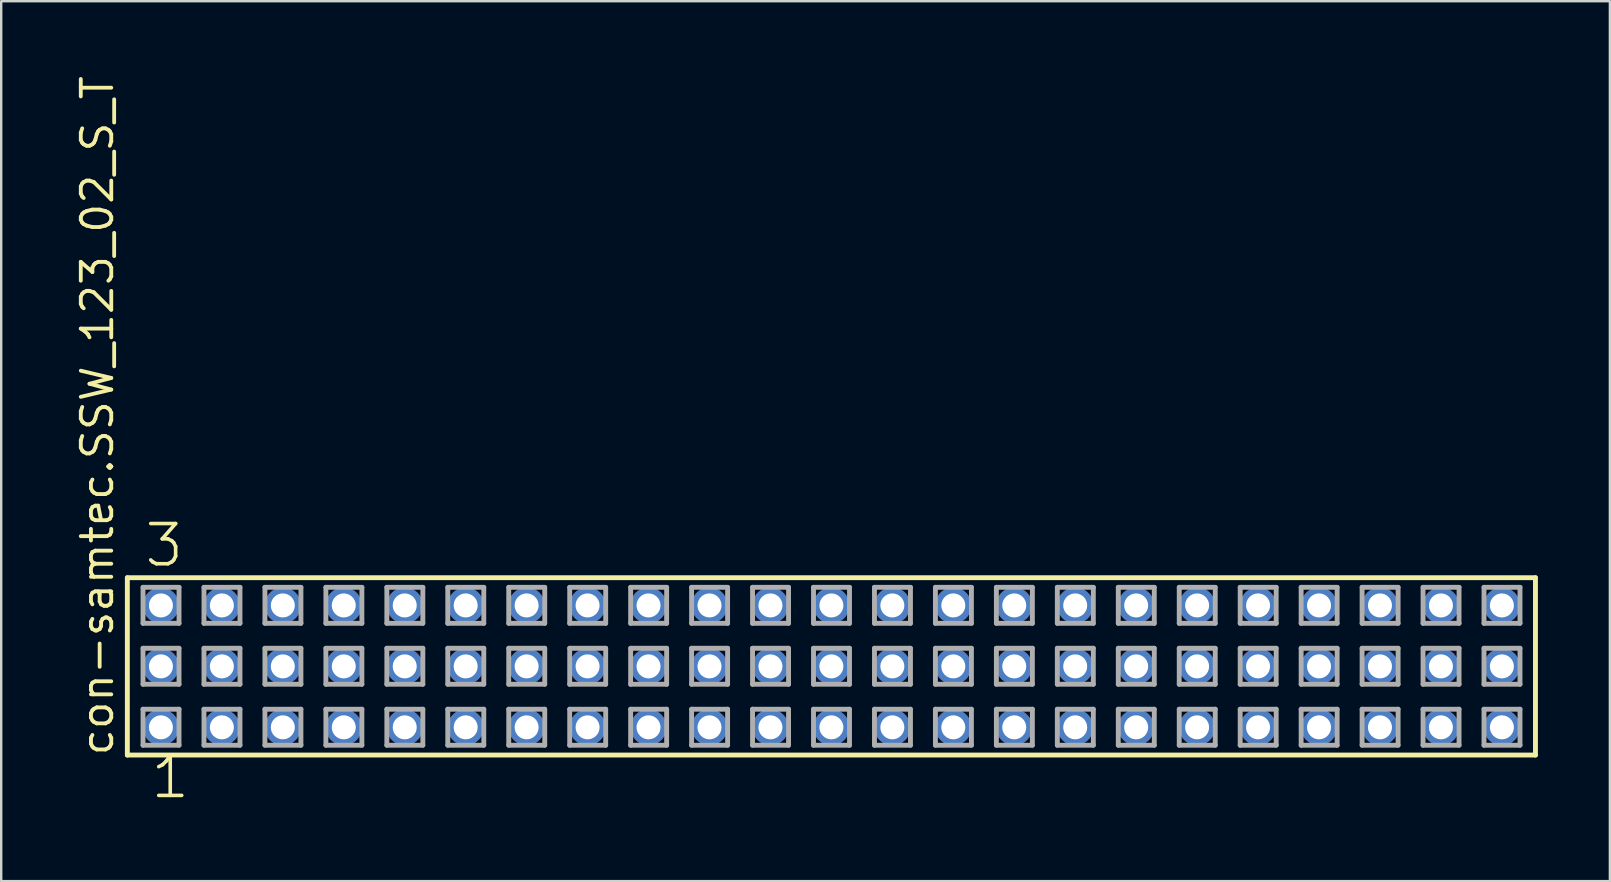
<source format=kicad_pcb>
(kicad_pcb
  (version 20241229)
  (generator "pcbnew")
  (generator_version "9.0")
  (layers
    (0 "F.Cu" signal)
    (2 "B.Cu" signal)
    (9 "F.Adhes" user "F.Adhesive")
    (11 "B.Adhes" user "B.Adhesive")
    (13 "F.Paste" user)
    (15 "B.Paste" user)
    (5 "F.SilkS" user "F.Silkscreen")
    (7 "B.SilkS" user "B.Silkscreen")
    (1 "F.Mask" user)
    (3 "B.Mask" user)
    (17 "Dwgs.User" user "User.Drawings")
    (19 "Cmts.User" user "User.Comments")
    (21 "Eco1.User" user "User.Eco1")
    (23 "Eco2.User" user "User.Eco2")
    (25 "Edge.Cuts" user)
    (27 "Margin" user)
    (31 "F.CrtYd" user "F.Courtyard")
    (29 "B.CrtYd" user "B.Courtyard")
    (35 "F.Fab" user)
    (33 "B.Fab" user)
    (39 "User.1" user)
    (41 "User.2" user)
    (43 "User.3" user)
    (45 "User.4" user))
  (footprint "con-samtec.SSW_123_02_S_T"
    (layer "F.Cu")
    (at 31.595 24.719)
    (property "Reference" "con-samtec.SSW_123_02_S_T" (at -29.845 3.81 90) (layer "F.SilkS") (effects (font (size 1.27 1.27) (thickness 0.16)) (justify left bottom)))
    (attr through_hole)
    (fp_line (start -29.339 -3.695) (end 29.339 -3.695) (stroke (width 0.203) (type default)) (layer "F.SilkS"))
    (fp_line (start -29.339 3.695) (end -29.339 -3.695) (stroke (width 0.203) (type default)) (layer "F.SilkS"))
    (fp_line (start 29.339 -3.695) (end 29.339 3.695) (stroke (width 0.203) (type default)) (layer "F.SilkS"))
    (fp_line (start 29.339 3.695) (end -29.339 3.695) (stroke (width 0.203) (type default)) (layer "F.SilkS"))
    (fp_line (start -28.685 -3.295) (end -27.185 -3.295) (stroke (width 0.203) (type default)) (layer "F.Fab"))
    (fp_line (start -28.685 -1.795) (end -28.685 -3.295) (stroke (width 0.203) (type default)) (layer "F.Fab"))
    (fp_line (start -28.685 -0.755) (end -27.185 -0.755) (stroke (width 0.203) (type default)) (layer "F.Fab"))
    (fp_line (start -28.685 0.745) (end -28.685 -0.755) (stroke (width 0.203) (type default)) (layer "F.Fab"))
    (fp_line (start -28.685 1.785) (end -27.185 1.785) (stroke (width 0.203) (type default)) (layer "F.Fab"))
    (fp_line (start -28.685 3.285) (end -28.685 1.785) (stroke (width 0.203) (type default)) (layer "F.Fab"))
    (fp_line (start -27.185 -3.295) (end -27.185 -1.795) (stroke (width 0.203) (type default)) (layer "F.Fab"))
    (fp_line (start -27.185 -1.795) (end -28.685 -1.795) (stroke (width 0.203) (type default)) (layer "F.Fab"))
    (fp_line (start -27.185 -0.755) (end -27.185 0.745) (stroke (width 0.203) (type default)) (layer "F.Fab"))
    (fp_line (start -27.185 0.745) (end -28.685 0.745) (stroke (width 0.203) (type default)) (layer "F.Fab"))
    (fp_line (start -27.185 1.785) (end -27.185 3.285) (stroke (width 0.203) (type default)) (layer "F.Fab"))
    (fp_line (start -27.185 3.285) (end -28.685 3.285) (stroke (width 0.203) (type default)) (layer "F.Fab"))
    (fp_line (start -26.145 -3.295) (end -24.645 -3.295) (stroke (width 0.203) (type default)) (layer "F.Fab"))
    (fp_line (start -26.145 -1.795) (end -26.145 -3.295) (stroke (width 0.203) (type default)) (layer "F.Fab"))
    (fp_line (start -26.145 -0.755) (end -24.645 -0.755) (stroke (width 0.203) (type default)) (layer "F.Fab"))
    (fp_line (start -26.145 0.745) (end -26.145 -0.755) (stroke (width 0.203) (type default)) (layer "F.Fab"))
    (fp_line (start -26.145 1.785) (end -24.645 1.785) (stroke (width 0.203) (type default)) (layer "F.Fab"))
    (fp_line (start -26.145 3.285) (end -26.145 1.785) (stroke (width 0.203) (type default)) (layer "F.Fab"))
    (fp_line (start -24.645 -3.295) (end -24.645 -1.795) (stroke (width 0.203) (type default)) (layer "F.Fab"))
    (fp_line (start -24.645 -1.795) (end -26.145 -1.795) (stroke (width 0.203) (type default)) (layer "F.Fab"))
    (fp_line (start -24.645 -0.755) (end -24.645 0.745) (stroke (width 0.203) (type default)) (layer "F.Fab"))
    (fp_line (start -24.645 0.745) (end -26.145 0.745) (stroke (width 0.203) (type default)) (layer "F.Fab"))
    (fp_line (start -24.645 1.785) (end -24.645 3.285) (stroke (width 0.203) (type default)) (layer "F.Fab"))
    (fp_line (start -24.645 3.285) (end -26.145 3.285) (stroke (width 0.203) (type default)) (layer "F.Fab"))
    (fp_line (start -23.605 -3.295) (end -22.105 -3.295) (stroke (width 0.203) (type default)) (layer "F.Fab"))
    (fp_line (start -23.605 -1.795) (end -23.605 -3.295) (stroke (width 0.203) (type default)) (layer "F.Fab"))
    (fp_line (start -23.605 -0.755) (end -22.105 -0.755) (stroke (width 0.203) (type default)) (layer "F.Fab"))
    (fp_line (start -23.605 0.745) (end -23.605 -0.755) (stroke (width 0.203) (type default)) (layer "F.Fab"))
    (fp_line (start -23.605 1.785) (end -22.105 1.785) (stroke (width 0.203) (type default)) (layer "F.Fab"))
    (fp_line (start -23.605 3.285) (end -23.605 1.785) (stroke (width 0.203) (type default)) (layer "F.Fab"))
    (fp_line (start -22.105 -3.295) (end -22.105 -1.795) (stroke (width 0.203) (type default)) (layer "F.Fab"))
    (fp_line (start -22.105 -1.795) (end -23.605 -1.795) (stroke (width 0.203) (type default)) (layer "F.Fab"))
    (fp_line (start -22.105 -0.755) (end -22.105 0.745) (stroke (width 0.203) (type default)) (layer "F.Fab"))
    (fp_line (start -22.105 0.745) (end -23.605 0.745) (stroke (width 0.203) (type default)) (layer "F.Fab"))
    (fp_line (start -22.105 1.785) (end -22.105 3.285) (stroke (width 0.203) (type default)) (layer "F.Fab"))
    (fp_line (start -22.105 3.285) (end -23.605 3.285) (stroke (width 0.203) (type default)) (layer "F.Fab"))
    (fp_line (start -21.065 -3.295) (end -19.565 -3.295) (stroke (width 0.203) (type default)) (layer "F.Fab"))
    (fp_line (start -21.065 -1.795) (end -21.065 -3.295) (stroke (width 0.203) (type default)) (layer "F.Fab"))
    (fp_line (start -21.065 -0.755) (end -19.565 -0.755) (stroke (width 0.203) (type default)) (layer "F.Fab"))
    (fp_line (start -21.065 0.745) (end -21.065 -0.755) (stroke (width 0.203) (type default)) (layer "F.Fab"))
    (fp_line (start -21.065 1.785) (end -19.565 1.785) (stroke (width 0.203) (type default)) (layer "F.Fab"))
    (fp_line (start -21.065 3.285) (end -21.065 1.785) (stroke (width 0.203) (type default)) (layer "F.Fab"))
    (fp_line (start -19.565 -3.295) (end -19.565 -1.795) (stroke (width 0.203) (type default)) (layer "F.Fab"))
    (fp_line (start -19.565 -1.795) (end -21.065 -1.795) (stroke (width 0.203) (type default)) (layer "F.Fab"))
    (fp_line (start -19.565 -0.755) (end -19.565 0.745) (stroke (width 0.203) (type default)) (layer "F.Fab"))
    (fp_line (start -19.565 0.745) (end -21.065 0.745) (stroke (width 0.203) (type default)) (layer "F.Fab"))
    (fp_line (start -19.565 1.785) (end -19.565 3.285) (stroke (width 0.203) (type default)) (layer "F.Fab"))
    (fp_line (start -19.565 3.285) (end -21.065 3.285) (stroke (width 0.203) (type default)) (layer "F.Fab"))
    (fp_line (start -18.525 -3.295) (end -17.025 -3.295) (stroke (width 0.203) (type default)) (layer "F.Fab"))
    (fp_line (start -18.525 -1.795) (end -18.525 -3.295) (stroke (width 0.203) (type default)) (layer "F.Fab"))
    (fp_line (start -18.525 -0.755) (end -17.025 -0.755) (stroke (width 0.203) (type default)) (layer "F.Fab"))
    (fp_line (start -18.525 0.745) (end -18.525 -0.755) (stroke (width 0.203) (type default)) (layer "F.Fab"))
    (fp_line (start -18.525 1.785) (end -17.025 1.785) (stroke (width 0.203) (type default)) (layer "F.Fab"))
    (fp_line (start -18.525 3.285) (end -18.525 1.785) (stroke (width 0.203) (type default)) (layer "F.Fab"))
    (fp_line (start -17.025 -3.295) (end -17.025 -1.795) (stroke (width 0.203) (type default)) (layer "F.Fab"))
    (fp_line (start -17.025 -1.795) (end -18.525 -1.795) (stroke (width 0.203) (type default)) (layer "F.Fab"))
    (fp_line (start -17.025 -0.755) (end -17.025 0.745) (stroke (width 0.203) (type default)) (layer "F.Fab"))
    (fp_line (start -17.025 0.745) (end -18.525 0.745) (stroke (width 0.203) (type default)) (layer "F.Fab"))
    (fp_line (start -17.025 1.785) (end -17.025 3.285) (stroke (width 0.203) (type default)) (layer "F.Fab"))
    (fp_line (start -17.025 3.285) (end -18.525 3.285) (stroke (width 0.203) (type default)) (layer "F.Fab"))
    (fp_line (start -15.985 -3.295) (end -14.485 -3.295) (stroke (width 0.203) (type default)) (layer "F.Fab"))
    (fp_line (start -15.985 -1.795) (end -15.985 -3.295) (stroke (width 0.203) (type default)) (layer "F.Fab"))
    (fp_line (start -15.985 -0.755) (end -14.485 -0.755) (stroke (width 0.203) (type default)) (layer "F.Fab"))
    (fp_line (start -15.985 0.745) (end -15.985 -0.755) (stroke (width 0.203) (type default)) (layer "F.Fab"))
    (fp_line (start -15.985 1.785) (end -14.485 1.785) (stroke (width 0.203) (type default)) (layer "F.Fab"))
    (fp_line (start -15.985 3.285) (end -15.985 1.785) (stroke (width 0.203) (type default)) (layer "F.Fab"))
    (fp_line (start -14.485 -3.295) (end -14.485 -1.795) (stroke (width 0.203) (type default)) (layer "F.Fab"))
    (fp_line (start -14.485 -1.795) (end -15.985 -1.795) (stroke (width 0.203) (type default)) (layer "F.Fab"))
    (fp_line (start -14.485 -0.755) (end -14.485 0.745) (stroke (width 0.203) (type default)) (layer "F.Fab"))
    (fp_line (start -14.485 0.745) (end -15.985 0.745) (stroke (width 0.203) (type default)) (layer "F.Fab"))
    (fp_line (start -14.485 1.785) (end -14.485 3.285) (stroke (width 0.203) (type default)) (layer "F.Fab"))
    (fp_line (start -14.485 3.285) (end -15.985 3.285) (stroke (width 0.203) (type default)) (layer "F.Fab"))
    (fp_line (start -13.445 -3.295) (end -11.945 -3.295) (stroke (width 0.203) (type default)) (layer "F.Fab"))
    (fp_line (start -13.445 -1.795) (end -13.445 -3.295) (stroke (width 0.203) (type default)) (layer "F.Fab"))
    (fp_line (start -13.445 -0.755) (end -11.945 -0.755) (stroke (width 0.203) (type default)) (layer "F.Fab"))
    (fp_line (start -13.445 0.745) (end -13.445 -0.755) (stroke (width 0.203) (type default)) (layer "F.Fab"))
    (fp_line (start -13.445 1.785) (end -11.945 1.785) (stroke (width 0.203) (type default)) (layer "F.Fab"))
    (fp_line (start -13.445 3.285) (end -13.445 1.785) (stroke (width 0.203) (type default)) (layer "F.Fab"))
    (fp_line (start -11.945 -3.295) (end -11.945 -1.795) (stroke (width 0.203) (type default)) (layer "F.Fab"))
    (fp_line (start -11.945 -1.795) (end -13.445 -1.795) (stroke (width 0.203) (type default)) (layer "F.Fab"))
    (fp_line (start -11.945 -0.755) (end -11.945 0.745) (stroke (width 0.203) (type default)) (layer "F.Fab"))
    (fp_line (start -11.945 0.745) (end -13.445 0.745) (stroke (width 0.203) (type default)) (layer "F.Fab"))
    (fp_line (start -11.945 1.785) (end -11.945 3.285) (stroke (width 0.203) (type default)) (layer "F.Fab"))
    (fp_line (start -11.945 3.285) (end -13.445 3.285) (stroke (width 0.203) (type default)) (layer "F.Fab"))
    (fp_line (start -10.905 -3.295) (end -9.405 -3.295) (stroke (width 0.203) (type default)) (layer "F.Fab"))
    (fp_line (start -10.905 -1.795) (end -10.905 -3.295) (stroke (width 0.203) (type default)) (layer "F.Fab"))
    (fp_line (start -10.905 -0.755) (end -9.405 -0.755) (stroke (width 0.203) (type default)) (layer "F.Fab"))
    (fp_line (start -10.905 0.745) (end -10.905 -0.755) (stroke (width 0.203) (type default)) (layer "F.Fab"))
    (fp_line (start -10.905 1.785) (end -9.405 1.785) (stroke (width 0.203) (type default)) (layer "F.Fab"))
    (fp_line (start -10.905 3.285) (end -10.905 1.785) (stroke (width 0.203) (type default)) (layer "F.Fab"))
    (fp_line (start -9.405 -3.295) (end -9.405 -1.795) (stroke (width 0.203) (type default)) (layer "F.Fab"))
    (fp_line (start -9.405 -1.795) (end -10.905 -1.795) (stroke (width 0.203) (type default)) (layer "F.Fab"))
    (fp_line (start -9.405 -0.755) (end -9.405 0.745) (stroke (width 0.203) (type default)) (layer "F.Fab"))
    (fp_line (start -9.405 0.745) (end -10.905 0.745) (stroke (width 0.203) (type default)) (layer "F.Fab"))
    (fp_line (start -9.405 1.785) (end -9.405 3.285) (stroke (width 0.203) (type default)) (layer "F.Fab"))
    (fp_line (start -9.405 3.285) (end -10.905 3.285) (stroke (width 0.203) (type default)) (layer "F.Fab"))
    (fp_line (start -8.365 -3.295) (end -6.865 -3.295) (stroke (width 0.203) (type default)) (layer "F.Fab"))
    (fp_line (start -8.365 -1.795) (end -8.365 -3.295) (stroke (width 0.203) (type default)) (layer "F.Fab"))
    (fp_line (start -8.365 -0.755) (end -6.865 -0.755) (stroke (width 0.203) (type default)) (layer "F.Fab"))
    (fp_line (start -8.365 0.745) (end -8.365 -0.755) (stroke (width 0.203) (type default)) (layer "F.Fab"))
    (fp_line (start -8.365 1.785) (end -6.865 1.785) (stroke (width 0.203) (type default)) (layer "F.Fab"))
    (fp_line (start -8.365 3.285) (end -8.365 1.785) (stroke (width 0.203) (type default)) (layer "F.Fab"))
    (fp_line (start -6.865 -3.295) (end -6.865 -1.795) (stroke (width 0.203) (type default)) (layer "F.Fab"))
    (fp_line (start -6.865 -1.795) (end -8.365 -1.795) (stroke (width 0.203) (type default)) (layer "F.Fab"))
    (fp_line (start -6.865 -0.755) (end -6.865 0.745) (stroke (width 0.203) (type default)) (layer "F.Fab"))
    (fp_line (start -6.865 0.745) (end -8.365 0.745) (stroke (width 0.203) (type default)) (layer "F.Fab"))
    (fp_line (start -6.865 1.785) (end -6.865 3.285) (stroke (width 0.203) (type default)) (layer "F.Fab"))
    (fp_line (start -6.865 3.285) (end -8.365 3.285) (stroke (width 0.203) (type default)) (layer "F.Fab"))
    (fp_line (start -5.825 -3.295) (end -4.325 -3.295) (stroke (width 0.203) (type default)) (layer "F.Fab"))
    (fp_line (start -5.825 -1.795) (end -5.825 -3.295) (stroke (width 0.203) (type default)) (layer "F.Fab"))
    (fp_line (start -5.825 -0.755) (end -4.325 -0.755) (stroke (width 0.203) (type default)) (layer "F.Fab"))
    (fp_line (start -5.825 0.745) (end -5.825 -0.755) (stroke (width 0.203) (type default)) (layer "F.Fab"))
    (fp_line (start -5.825 1.785) (end -4.325 1.785) (stroke (width 0.203) (type default)) (layer "F.Fab"))
    (fp_line (start -5.825 3.285) (end -5.825 1.785) (stroke (width 0.203) (type default)) (layer "F.Fab"))
    (fp_line (start -4.325 -3.295) (end -4.325 -1.795) (stroke (width 0.203) (type default)) (layer "F.Fab"))
    (fp_line (start -4.325 -1.795) (end -5.825 -1.795) (stroke (width 0.203) (type default)) (layer "F.Fab"))
    (fp_line (start -4.325 -0.755) (end -4.325 0.745) (stroke (width 0.203) (type default)) (layer "F.Fab"))
    (fp_line (start -4.325 0.745) (end -5.825 0.745) (stroke (width 0.203) (type default)) (layer "F.Fab"))
    (fp_line (start -4.325 1.785) (end -4.325 3.285) (stroke (width 0.203) (type default)) (layer "F.Fab"))
    (fp_line (start -4.325 3.285) (end -5.825 3.285) (stroke (width 0.203) (type default)) (layer "F.Fab"))
    (fp_line (start -3.285 -3.295) (end -1.785 -3.295) (stroke (width 0.203) (type default)) (layer "F.Fab"))
    (fp_line (start -3.285 -1.795) (end -3.285 -3.295) (stroke (width 0.203) (type default)) (layer "F.Fab"))
    (fp_line (start -3.285 -0.755) (end -1.785 -0.755) (stroke (width 0.203) (type default)) (layer "F.Fab"))
    (fp_line (start -3.285 0.745) (end -3.285 -0.755) (stroke (width 0.203) (type default)) (layer "F.Fab"))
    (fp_line (start -3.285 1.785) (end -1.785 1.785) (stroke (width 0.203) (type default)) (layer "F.Fab"))
    (fp_line (start -3.285 3.285) (end -3.285 1.785) (stroke (width 0.203) (type default)) (layer "F.Fab"))
    (fp_line (start -1.785 -3.295) (end -1.785 -1.795) (stroke (width 0.203) (type default)) (layer "F.Fab"))
    (fp_line (start -1.785 -1.795) (end -3.285 -1.795) (stroke (width 0.203) (type default)) (layer "F.Fab"))
    (fp_line (start -1.785 -0.755) (end -1.785 0.745) (stroke (width 0.203) (type default)) (layer "F.Fab"))
    (fp_line (start -1.785 0.745) (end -3.285 0.745) (stroke (width 0.203) (type default)) (layer "F.Fab"))
    (fp_line (start -1.785 1.785) (end -1.785 3.285) (stroke (width 0.203) (type default)) (layer "F.Fab"))
    (fp_line (start -1.785 3.285) (end -3.285 3.285) (stroke (width 0.203) (type default)) (layer "F.Fab"))
    (fp_line (start -0.745 -3.295) (end 0.755 -3.295) (stroke (width 0.203) (type default)) (layer "F.Fab"))
    (fp_line (start -0.745 -1.795) (end -0.745 -3.295) (stroke (width 0.203) (type default)) (layer "F.Fab"))
    (fp_line (start -0.745 -0.755) (end 0.755 -0.755) (stroke (width 0.203) (type default)) (layer "F.Fab"))
    (fp_line (start -0.745 0.745) (end -0.745 -0.755) (stroke (width 0.203) (type default)) (layer "F.Fab"))
    (fp_line (start -0.745 1.785) (end 0.755 1.785) (stroke (width 0.203) (type default)) (layer "F.Fab"))
    (fp_line (start -0.745 3.285) (end -0.745 1.785) (stroke (width 0.203) (type default)) (layer "F.Fab"))
    (fp_line (start 0.755 -3.295) (end 0.755 -1.795) (stroke (width 0.203) (type default)) (layer "F.Fab"))
    (fp_line (start 0.755 -1.795) (end -0.745 -1.795) (stroke (width 0.203) (type default)) (layer "F.Fab"))
    (fp_line (start 0.755 -0.755) (end 0.755 0.745) (stroke (width 0.203) (type default)) (layer "F.Fab"))
    (fp_line (start 0.755 0.745) (end -0.745 0.745) (stroke (width 0.203) (type default)) (layer "F.Fab"))
    (fp_line (start 0.755 1.785) (end 0.755 3.285) (stroke (width 0.203) (type default)) (layer "F.Fab"))
    (fp_line (start 0.755 3.285) (end -0.745 3.285) (stroke (width 0.203) (type default)) (layer "F.Fab"))
    (fp_line (start 1.795 -3.295) (end 3.295 -3.295) (stroke (width 0.203) (type default)) (layer "F.Fab"))
    (fp_line (start 1.795 -1.795) (end 1.795 -3.295) (stroke (width 0.203) (type default)) (layer "F.Fab"))
    (fp_line (start 1.795 -0.755) (end 3.295 -0.755) (stroke (width 0.203) (type default)) (layer "F.Fab"))
    (fp_line (start 1.795 0.745) (end 1.795 -0.755) (stroke (width 0.203) (type default)) (layer "F.Fab"))
    (fp_line (start 1.795 1.785) (end 3.295 1.785) (stroke (width 0.203) (type default)) (layer "F.Fab"))
    (fp_line (start 1.795 3.285) (end 1.795 1.785) (stroke (width 0.203) (type default)) (layer "F.Fab"))
    (fp_line (start 3.295 -3.295) (end 3.295 -1.795) (stroke (width 0.203) (type default)) (layer "F.Fab"))
    (fp_line (start 3.295 -1.795) (end 1.795 -1.795) (stroke (width 0.203) (type default)) (layer "F.Fab"))
    (fp_line (start 3.295 -0.755) (end 3.295 0.745) (stroke (width 0.203) (type default)) (layer "F.Fab"))
    (fp_line (start 3.295 0.745) (end 1.795 0.745) (stroke (width 0.203) (type default)) (layer "F.Fab"))
    (fp_line (start 3.295 1.785) (end 3.295 3.285) (stroke (width 0.203) (type default)) (layer "F.Fab"))
    (fp_line (start 3.295 3.285) (end 1.795 3.285) (stroke (width 0.203) (type default)) (layer "F.Fab"))
    (fp_line (start 4.335 -3.295) (end 5.835 -3.295) (stroke (width 0.203) (type default)) (layer "F.Fab"))
    (fp_line (start 4.335 -1.795) (end 4.335 -3.295) (stroke (width 0.203) (type default)) (layer "F.Fab"))
    (fp_line (start 4.335 -0.755) (end 5.835 -0.755) (stroke (width 0.203) (type default)) (layer "F.Fab"))
    (fp_line (start 4.335 0.745) (end 4.335 -0.755) (stroke (width 0.203) (type default)) (layer "F.Fab"))
    (fp_line (start 4.335 1.785) (end 5.835 1.785) (stroke (width 0.203) (type default)) (layer "F.Fab"))
    (fp_line (start 4.335 3.285) (end 4.335 1.785) (stroke (width 0.203) (type default)) (layer "F.Fab"))
    (fp_line (start 5.835 -3.295) (end 5.835 -1.795) (stroke (width 0.203) (type default)) (layer "F.Fab"))
    (fp_line (start 5.835 -1.795) (end 4.335 -1.795) (stroke (width 0.203) (type default)) (layer "F.Fab"))
    (fp_line (start 5.835 -0.755) (end 5.835 0.745) (stroke (width 0.203) (type default)) (layer "F.Fab"))
    (fp_line (start 5.835 0.745) (end 4.335 0.745) (stroke (width 0.203) (type default)) (layer "F.Fab"))
    (fp_line (start 5.835 1.785) (end 5.835 3.285) (stroke (width 0.203) (type default)) (layer "F.Fab"))
    (fp_line (start 5.835 3.285) (end 4.335 3.285) (stroke (width 0.203) (type default)) (layer "F.Fab"))
    (fp_line (start 6.875 -3.295) (end 8.375 -3.295) (stroke (width 0.203) (type default)) (layer "F.Fab"))
    (fp_line (start 6.875 -1.795) (end 6.875 -3.295) (stroke (width 0.203) (type default)) (layer "F.Fab"))
    (fp_line (start 6.875 -0.755) (end 8.375 -0.755) (stroke (width 0.203) (type default)) (layer "F.Fab"))
    (fp_line (start 6.875 0.745) (end 6.875 -0.755) (stroke (width 0.203) (type default)) (layer "F.Fab"))
    (fp_line (start 6.875 1.785) (end 8.375 1.785) (stroke (width 0.203) (type default)) (layer "F.Fab"))
    (fp_line (start 6.875 3.285) (end 6.875 1.785) (stroke (width 0.203) (type default)) (layer "F.Fab"))
    (fp_line (start 8.375 -3.295) (end 8.375 -1.795) (stroke (width 0.203) (type default)) (layer "F.Fab"))
    (fp_line (start 8.375 -1.795) (end 6.875 -1.795) (stroke (width 0.203) (type default)) (layer "F.Fab"))
    (fp_line (start 8.375 -0.755) (end 8.375 0.745) (stroke (width 0.203) (type default)) (layer "F.Fab"))
    (fp_line (start 8.375 0.745) (end 6.875 0.745) (stroke (width 0.203) (type default)) (layer "F.Fab"))
    (fp_line (start 8.375 1.785) (end 8.375 3.285) (stroke (width 0.203) (type default)) (layer "F.Fab"))
    (fp_line (start 8.375 3.285) (end 6.875 3.285) (stroke (width 0.203) (type default)) (layer "F.Fab"))
    (fp_line (start 9.415 -3.295) (end 10.915 -3.295) (stroke (width 0.203) (type default)) (layer "F.Fab"))
    (fp_line (start 9.415 -1.795) (end 9.415 -3.295) (stroke (width 0.203) (type default)) (layer "F.Fab"))
    (fp_line (start 9.415 -0.755) (end 10.915 -0.755) (stroke (width 0.203) (type default)) (layer "F.Fab"))
    (fp_line (start 9.415 0.745) (end 9.415 -0.755) (stroke (width 0.203) (type default)) (layer "F.Fab"))
    (fp_line (start 9.415 1.785) (end 10.915 1.785) (stroke (width 0.203) (type default)) (layer "F.Fab"))
    (fp_line (start 9.415 3.285) (end 9.415 1.785) (stroke (width 0.203) (type default)) (layer "F.Fab"))
    (fp_line (start 10.915 -3.295) (end 10.915 -1.795) (stroke (width 0.203) (type default)) (layer "F.Fab"))
    (fp_line (start 10.915 -1.795) (end 9.415 -1.795) (stroke (width 0.203) (type default)) (layer "F.Fab"))
    (fp_line (start 10.915 -0.755) (end 10.915 0.745) (stroke (width 0.203) (type default)) (layer "F.Fab"))
    (fp_line (start 10.915 0.745) (end 9.415 0.745) (stroke (width 0.203) (type default)) (layer "F.Fab"))
    (fp_line (start 10.915 1.785) (end 10.915 3.285) (stroke (width 0.203) (type default)) (layer "F.Fab"))
    (fp_line (start 10.915 3.285) (end 9.415 3.285) (stroke (width 0.203) (type default)) (layer "F.Fab"))
    (fp_line (start 11.955 -3.295) (end 13.455 -3.295) (stroke (width 0.203) (type default)) (layer "F.Fab"))
    (fp_line (start 11.955 -1.795) (end 11.955 -3.295) (stroke (width 0.203) (type default)) (layer "F.Fab"))
    (fp_line (start 11.955 -0.755) (end 13.455 -0.755) (stroke (width 0.203) (type default)) (layer "F.Fab"))
    (fp_line (start 11.955 0.745) (end 11.955 -0.755) (stroke (width 0.203) (type default)) (layer "F.Fab"))
    (fp_line (start 11.955 1.785) (end 13.455 1.785) (stroke (width 0.203) (type default)) (layer "F.Fab"))
    (fp_line (start 11.955 3.285) (end 11.955 1.785) (stroke (width 0.203) (type default)) (layer "F.Fab"))
    (fp_line (start 13.455 -3.295) (end 13.455 -1.795) (stroke (width 0.203) (type default)) (layer "F.Fab"))
    (fp_line (start 13.455 -1.795) (end 11.955 -1.795) (stroke (width 0.203) (type default)) (layer "F.Fab"))
    (fp_line (start 13.455 -0.755) (end 13.455 0.745) (stroke (width 0.203) (type default)) (layer "F.Fab"))
    (fp_line (start 13.455 0.745) (end 11.955 0.745) (stroke (width 0.203) (type default)) (layer "F.Fab"))
    (fp_line (start 13.455 1.785) (end 13.455 3.285) (stroke (width 0.203) (type default)) (layer "F.Fab"))
    (fp_line (start 13.455 3.285) (end 11.955 3.285) (stroke (width 0.203) (type default)) (layer "F.Fab"))
    (fp_line (start 14.495 -3.295) (end 15.995 -3.295) (stroke (width 0.203) (type default)) (layer "F.Fab"))
    (fp_line (start 14.495 -1.795) (end 14.495 -3.295) (stroke (width 0.203) (type default)) (layer "F.Fab"))
    (fp_line (start 14.495 -0.755) (end 15.995 -0.755) (stroke (width 0.203) (type default)) (layer "F.Fab"))
    (fp_line (start 14.495 0.745) (end 14.495 -0.755) (stroke (width 0.203) (type default)) (layer "F.Fab"))
    (fp_line (start 14.495 1.785) (end 15.995 1.785) (stroke (width 0.203) (type default)) (layer "F.Fab"))
    (fp_line (start 14.495 3.285) (end 14.495 1.785) (stroke (width 0.203) (type default)) (layer "F.Fab"))
    (fp_line (start 15.995 -3.295) (end 15.995 -1.795) (stroke (width 0.203) (type default)) (layer "F.Fab"))
    (fp_line (start 15.995 -1.795) (end 14.495 -1.795) (stroke (width 0.203) (type default)) (layer "F.Fab"))
    (fp_line (start 15.995 -0.755) (end 15.995 0.745) (stroke (width 0.203) (type default)) (layer "F.Fab"))
    (fp_line (start 15.995 0.745) (end 14.495 0.745) (stroke (width 0.203) (type default)) (layer "F.Fab"))
    (fp_line (start 15.995 1.785) (end 15.995 3.285) (stroke (width 0.203) (type default)) (layer "F.Fab"))
    (fp_line (start 15.995 3.285) (end 14.495 3.285) (stroke (width 0.203) (type default)) (layer "F.Fab"))
    (fp_line (start 17.035 -3.295) (end 18.535 -3.295) (stroke (width 0.203) (type default)) (layer "F.Fab"))
    (fp_line (start 17.035 -1.795) (end 17.035 -3.295) (stroke (width 0.203) (type default)) (layer "F.Fab"))
    (fp_line (start 17.035 -0.755) (end 18.535 -0.755) (stroke (width 0.203) (type default)) (layer "F.Fab"))
    (fp_line (start 17.035 0.745) (end 17.035 -0.755) (stroke (width 0.203) (type default)) (layer "F.Fab"))
    (fp_line (start 17.035 1.785) (end 18.535 1.785) (stroke (width 0.203) (type default)) (layer "F.Fab"))
    (fp_line (start 17.035 3.285) (end 17.035 1.785) (stroke (width 0.203) (type default)) (layer "F.Fab"))
    (fp_line (start 18.535 -3.295) (end 18.535 -1.795) (stroke (width 0.203) (type default)) (layer "F.Fab"))
    (fp_line (start 18.535 -1.795) (end 17.035 -1.795) (stroke (width 0.203) (type default)) (layer "F.Fab"))
    (fp_line (start 18.535 -0.755) (end 18.535 0.745) (stroke (width 0.203) (type default)) (layer "F.Fab"))
    (fp_line (start 18.535 0.745) (end 17.035 0.745) (stroke (width 0.203) (type default)) (layer "F.Fab"))
    (fp_line (start 18.535 1.785) (end 18.535 3.285) (stroke (width 0.203) (type default)) (layer "F.Fab"))
    (fp_line (start 18.535 3.285) (end 17.035 3.285) (stroke (width 0.203) (type default)) (layer "F.Fab"))
    (fp_line (start 19.575 -3.295) (end 21.075 -3.295) (stroke (width 0.203) (type default)) (layer "F.Fab"))
    (fp_line (start 19.575 -1.795) (end 19.575 -3.295) (stroke (width 0.203) (type default)) (layer "F.Fab"))
    (fp_line (start 19.575 -0.755) (end 21.075 -0.755) (stroke (width 0.203) (type default)) (layer "F.Fab"))
    (fp_line (start 19.575 0.745) (end 19.575 -0.755) (stroke (width 0.203) (type default)) (layer "F.Fab"))
    (fp_line (start 19.575 1.785) (end 21.075 1.785) (stroke (width 0.203) (type default)) (layer "F.Fab"))
    (fp_line (start 19.575 3.285) (end 19.575 1.785) (stroke (width 0.203) (type default)) (layer "F.Fab"))
    (fp_line (start 21.075 -3.295) (end 21.075 -1.795) (stroke (width 0.203) (type default)) (layer "F.Fab"))
    (fp_line (start 21.075 -1.795) (end 19.575 -1.795) (stroke (width 0.203) (type default)) (layer "F.Fab"))
    (fp_line (start 21.075 -0.755) (end 21.075 0.745) (stroke (width 0.203) (type default)) (layer "F.Fab"))
    (fp_line (start 21.075 0.745) (end 19.575 0.745) (stroke (width 0.203) (type default)) (layer "F.Fab"))
    (fp_line (start 21.075 1.785) (end 21.075 3.285) (stroke (width 0.203) (type default)) (layer "F.Fab"))
    (fp_line (start 21.075 3.285) (end 19.575 3.285) (stroke (width 0.203) (type default)) (layer "F.Fab"))
    (fp_line (start 22.115 -3.295) (end 23.615 -3.295) (stroke (width 0.203) (type default)) (layer "F.Fab"))
    (fp_line (start 22.115 -1.795) (end 22.115 -3.295) (stroke (width 0.203) (type default)) (layer "F.Fab"))
    (fp_line (start 22.115 -0.755) (end 23.615 -0.755) (stroke (width 0.203) (type default)) (layer "F.Fab"))
    (fp_line (start 22.115 0.745) (end 22.115 -0.755) (stroke (width 0.203) (type default)) (layer "F.Fab"))
    (fp_line (start 22.115 1.785) (end 23.615 1.785) (stroke (width 0.203) (type default)) (layer "F.Fab"))
    (fp_line (start 22.115 3.285) (end 22.115 1.785) (stroke (width 0.203) (type default)) (layer "F.Fab"))
    (fp_line (start 23.615 -3.295) (end 23.615 -1.795) (stroke (width 0.203) (type default)) (layer "F.Fab"))
    (fp_line (start 23.615 -1.795) (end 22.115 -1.795) (stroke (width 0.203) (type default)) (layer "F.Fab"))
    (fp_line (start 23.615 -0.755) (end 23.615 0.745) (stroke (width 0.203) (type default)) (layer "F.Fab"))
    (fp_line (start 23.615 0.745) (end 22.115 0.745) (stroke (width 0.203) (type default)) (layer "F.Fab"))
    (fp_line (start 23.615 1.785) (end 23.615 3.285) (stroke (width 0.203) (type default)) (layer "F.Fab"))
    (fp_line (start 23.615 3.285) (end 22.115 3.285) (stroke (width 0.203) (type default)) (layer "F.Fab"))
    (fp_line (start 24.655 -3.295) (end 26.155 -3.295) (stroke (width 0.203) (type default)) (layer "F.Fab"))
    (fp_line (start 24.655 -1.795) (end 24.655 -3.295) (stroke (width 0.203) (type default)) (layer "F.Fab"))
    (fp_line (start 24.655 -0.755) (end 26.155 -0.755) (stroke (width 0.203) (type default)) (layer "F.Fab"))
    (fp_line (start 24.655 0.745) (end 24.655 -0.755) (stroke (width 0.203) (type default)) (layer "F.Fab"))
    (fp_line (start 24.655 1.785) (end 26.155 1.785) (stroke (width 0.203) (type default)) (layer "F.Fab"))
    (fp_line (start 24.655 3.285) (end 24.655 1.785) (stroke (width 0.203) (type default)) (layer "F.Fab"))
    (fp_line (start 26.155 -3.295) (end 26.155 -1.795) (stroke (width 0.203) (type default)) (layer "F.Fab"))
    (fp_line (start 26.155 -1.795) (end 24.655 -1.795) (stroke (width 0.203) (type default)) (layer "F.Fab"))
    (fp_line (start 26.155 -0.755) (end 26.155 0.745) (stroke (width 0.203) (type default)) (layer "F.Fab"))
    (fp_line (start 26.155 0.745) (end 24.655 0.745) (stroke (width 0.203) (type default)) (layer "F.Fab"))
    (fp_line (start 26.155 1.785) (end 26.155 3.285) (stroke (width 0.203) (type default)) (layer "F.Fab"))
    (fp_line (start 26.155 3.285) (end 24.655 3.285) (stroke (width 0.203) (type default)) (layer "F.Fab"))
    (fp_line (start 27.195 -3.295) (end 28.695 -3.295) (stroke (width 0.203) (type default)) (layer "F.Fab"))
    (fp_line (start 27.195 -1.795) (end 27.195 -3.295) (stroke (width 0.203) (type default)) (layer "F.Fab"))
    (fp_line (start 27.195 -0.755) (end 28.695 -0.755) (stroke (width 0.203) (type default)) (layer "F.Fab"))
    (fp_line (start 27.195 0.745) (end 27.195 -0.755) (stroke (width 0.203) (type default)) (layer "F.Fab"))
    (fp_line (start 27.195 1.785) (end 28.695 1.785) (stroke (width 0.203) (type default)) (layer "F.Fab"))
    (fp_line (start 27.195 3.285) (end 27.195 1.785) (stroke (width 0.203) (type default)) (layer "F.Fab"))
    (fp_line (start 28.695 -3.295) (end 28.695 -1.795) (stroke (width 0.203) (type default)) (layer "F.Fab"))
    (fp_line (start 28.695 -1.795) (end 27.195 -1.795) (stroke (width 0.203) (type default)) (layer "F.Fab"))
    (fp_line (start 28.695 -0.755) (end 28.695 0.745) (stroke (width 0.203) (type default)) (layer "F.Fab"))
    (fp_line (start 28.695 0.745) (end 27.195 0.745) (stroke (width 0.203) (type default)) (layer "F.Fab"))
    (fp_line (start 28.695 1.785) (end 28.695 3.285) (stroke (width 0.203) (type default)) (layer "F.Fab"))
    (fp_line (start 28.695 3.285) (end 27.195 3.285) (stroke (width 0.203) (type default)) (layer "F.Fab"))
    (fp_text user "1" (at -28.448 5.588 0) (layer "F.SilkS") (effects (font (size 1.676 1.676) (thickness 0.15)) (justify left bottom)))
    (fp_text user "3" (at -28.702 -4.064 0) (layer "F.SilkS") (effects (font (size 1.676 1.676) (thickness 0.15)) (justify left bottom)))
    (pad "1" thru_hole circle (at -27.94 2.54) (size 1.5 1.5) (drill 1) (layers "*.Cu" "*.Mask"))
    (pad "2" thru_hole circle (at -27.94 0) (size 1.5 1.5) (drill 1) (layers "*.Cu" "*.Mask"))
    (pad "3" thru_hole circle (at -27.94 -2.54) (size 1.5 1.5) (drill 1) (layers "*.Cu" "*.Mask"))
    (pad "4" thru_hole circle (at -25.4 2.54) (size 1.5 1.5) (drill 1) (layers "*.Cu" "*.Mask"))
    (pad "5" thru_hole circle (at -25.4 0) (size 1.5 1.5) (drill 1) (layers "*.Cu" "*.Mask"))
    (pad "6" thru_hole circle (at -25.4 -2.54) (size 1.5 1.5) (drill 1) (layers "*.Cu" "*.Mask"))
    (pad "7" thru_hole circle (at -22.86 2.54) (size 1.5 1.5) (drill 1) (layers "*.Cu" "*.Mask"))
    (pad "8" thru_hole circle (at -22.86 0) (size 1.5 1.5) (drill 1) (layers "*.Cu" "*.Mask"))
    (pad "9" thru_hole circle (at -22.86 -2.54) (size 1.5 1.5) (drill 1) (layers "*.Cu" "*.Mask"))
    (pad "10" thru_hole circle (at -20.32 2.54) (size 1.5 1.5) (drill 1) (layers "*.Cu" "*.Mask"))
    (pad "11" thru_hole circle (at -20.32 0) (size 1.5 1.5) (drill 1) (layers "*.Cu" "*.Mask"))
    (pad "12" thru_hole circle (at -20.32 -2.54) (size 1.5 1.5) (drill 1) (layers "*.Cu" "*.Mask"))
    (pad "13" thru_hole circle (at -17.78 2.54) (size 1.5 1.5) (drill 1) (layers "*.Cu" "*.Mask"))
    (pad "14" thru_hole circle (at -17.78 0) (size 1.5 1.5) (drill 1) (layers "*.Cu" "*.Mask"))
    (pad "15" thru_hole circle (at -17.78 -2.54) (size 1.5 1.5) (drill 1) (layers "*.Cu" "*.Mask"))
    (pad "16" thru_hole circle (at -15.24 2.54) (size 1.5 1.5) (drill 1) (layers "*.Cu" "*.Mask"))
    (pad "17" thru_hole circle (at -15.24 0) (size 1.5 1.5) (drill 1) (layers "*.Cu" "*.Mask"))
    (pad "18" thru_hole circle (at -15.24 -2.54) (size 1.5 1.5) (drill 1) (layers "*.Cu" "*.Mask"))
    (pad "19" thru_hole circle (at -12.7 2.54) (size 1.5 1.5) (drill 1) (layers "*.Cu" "*.Mask"))
    (pad "20" thru_hole circle (at -12.7 0) (size 1.5 1.5) (drill 1) (layers "*.Cu" "*.Mask"))
    (pad "21" thru_hole circle (at -12.7 -2.54) (size 1.5 1.5) (drill 1) (layers "*.Cu" "*.Mask"))
    (pad "22" thru_hole circle (at -10.16 2.54) (size 1.5 1.5) (drill 1) (layers "*.Cu" "*.Mask"))
    (pad "23" thru_hole circle (at -10.16 0) (size 1.5 1.5) (drill 1) (layers "*.Cu" "*.Mask"))
    (pad "24" thru_hole circle (at -10.16 -2.54) (size 1.5 1.5) (drill 1) (layers "*.Cu" "*.Mask"))
    (pad "25" thru_hole circle (at -7.62 2.54) (size 1.5 1.5) (drill 1) (layers "*.Cu" "*.Mask"))
    (pad "26" thru_hole circle (at -7.62 0) (size 1.5 1.5) (drill 1) (layers "*.Cu" "*.Mask"))
    (pad "27" thru_hole circle (at -7.62 -2.54) (size 1.5 1.5) (drill 1) (layers "*.Cu" "*.Mask"))
    (pad "28" thru_hole circle (at -5.08 2.54) (size 1.5 1.5) (drill 1) (layers "*.Cu" "*.Mask"))
    (pad "29" thru_hole circle (at -5.08 0) (size 1.5 1.5) (drill 1) (layers "*.Cu" "*.Mask"))
    (pad "30" thru_hole circle (at -5.08 -2.54) (size 1.5 1.5) (drill 1) (layers "*.Cu" "*.Mask"))
    (pad "31" thru_hole circle (at -2.54 2.54) (size 1.5 1.5) (drill 1) (layers "*.Cu" "*.Mask"))
    (pad "32" thru_hole circle (at -2.54 0) (size 1.5 1.5) (drill 1) (layers "*.Cu" "*.Mask"))
    (pad "33" thru_hole circle (at -2.54 -2.54) (size 1.5 1.5) (drill 1) (layers "*.Cu" "*.Mask"))
    (pad "34" thru_hole circle (at 0 2.54) (size 1.5 1.5) (drill 1) (layers "*.Cu" "*.Mask"))
    (pad "35" thru_hole circle (at 0 0) (size 1.5 1.5) (drill 1) (layers "*.Cu" "*.Mask"))
    (pad "36" thru_hole circle (at 0 -2.54) (size 1.5 1.5) (drill 1) (layers "*.Cu" "*.Mask"))
    (pad "37" thru_hole circle (at 2.54 2.54) (size 1.5 1.5) (drill 1) (layers "*.Cu" "*.Mask"))
    (pad "38" thru_hole circle (at 2.54 0) (size 1.5 1.5) (drill 1) (layers "*.Cu" "*.Mask"))
    (pad "39" thru_hole circle (at 2.54 -2.54) (size 1.5 1.5) (drill 1) (layers "*.Cu" "*.Mask"))
    (pad "40" thru_hole circle (at 5.08 2.54) (size 1.5 1.5) (drill 1) (layers "*.Cu" "*.Mask"))
    (pad "41" thru_hole circle (at 5.08 0) (size 1.5 1.5) (drill 1) (layers "*.Cu" "*.Mask"))
    (pad "42" thru_hole circle (at 5.08 -2.54) (size 1.5 1.5) (drill 1) (layers "*.Cu" "*.Mask"))
    (pad "43" thru_hole circle (at 7.62 2.54) (size 1.5 1.5) (drill 1) (layers "*.Cu" "*.Mask"))
    (pad "44" thru_hole circle (at 7.62 0) (size 1.5 1.5) (drill 1) (layers "*.Cu" "*.Mask"))
    (pad "45" thru_hole circle (at 7.62 -2.54) (size 1.5 1.5) (drill 1) (layers "*.Cu" "*.Mask"))
    (pad "46" thru_hole circle (at 10.16 2.54) (size 1.5 1.5) (drill 1) (layers "*.Cu" "*.Mask"))
    (pad "47" thru_hole circle (at 10.16 0) (size 1.5 1.5) (drill 1) (layers "*.Cu" "*.Mask"))
    (pad "48" thru_hole circle (at 10.16 -2.54) (size 1.5 1.5) (drill 1) (layers "*.Cu" "*.Mask"))
    (pad "49" thru_hole circle (at 12.7 2.54) (size 1.5 1.5) (drill 1) (layers "*.Cu" "*.Mask"))
    (pad "50" thru_hole circle (at 12.7 0) (size 1.5 1.5) (drill 1) (layers "*.Cu" "*.Mask"))
    (pad "51" thru_hole circle (at 12.7 -2.54) (size 1.5 1.5) (drill 1) (layers "*.Cu" "*.Mask"))
    (pad "52" thru_hole circle (at 15.24 2.54) (size 1.5 1.5) (drill 1) (layers "*.Cu" "*.Mask"))
    (pad "53" thru_hole circle (at 15.24 0) (size 1.5 1.5) (drill 1) (layers "*.Cu" "*.Mask"))
    (pad "54" thru_hole circle (at 15.24 -2.54) (size 1.5 1.5) (drill 1) (layers "*.Cu" "*.Mask"))
    (pad "55" thru_hole circle (at 17.78 2.54) (size 1.5 1.5) (drill 1) (layers "*.Cu" "*.Mask"))
    (pad "56" thru_hole circle (at 17.78 0) (size 1.5 1.5) (drill 1) (layers "*.Cu" "*.Mask"))
    (pad "57" thru_hole circle (at 17.78 -2.54) (size 1.5 1.5) (drill 1) (layers "*.Cu" "*.Mask"))
    (pad "58" thru_hole circle (at 20.32 2.54) (size 1.5 1.5) (drill 1) (layers "*.Cu" "*.Mask"))
    (pad "59" thru_hole circle (at 20.32 0) (size 1.5 1.5) (drill 1) (layers "*.Cu" "*.Mask"))
    (pad "60" thru_hole circle (at 20.32 -2.54) (size 1.5 1.5) (drill 1) (layers "*.Cu" "*.Mask"))
    (pad "61" thru_hole circle (at 22.86 2.54) (size 1.5 1.5) (drill 1) (layers "*.Cu" "*.Mask"))
    (pad "62" thru_hole circle (at 22.86 0) (size 1.5 1.5) (drill 1) (layers "*.Cu" "*.Mask"))
    (pad "63" thru_hole circle (at 22.86 -2.54) (size 1.5 1.5) (drill 1) (layers "*.Cu" "*.Mask"))
    (pad "64" thru_hole circle (at 25.4 2.54) (size 1.5 1.5) (drill 1) (layers "*.Cu" "*.Mask"))
    (pad "65" thru_hole circle (at 25.4 0) (size 1.5 1.5) (drill 1) (layers "*.Cu" "*.Mask"))
    (pad "66" thru_hole circle (at 25.4 -2.54) (size 1.5 1.5) (drill 1) (layers "*.Cu" "*.Mask"))
    (pad "67" thru_hole circle (at 27.94 2.54) (size 1.5 1.5) (drill 1) (layers "*.Cu" "*.Mask"))
    (pad "68" thru_hole circle (at 27.94 0) (size 1.5 1.5) (drill 1) (layers "*.Cu" "*.Mask"))
    (pad "69" thru_hole circle (at 27.94 -2.54) (size 1.5 1.5) (drill 1) (layers "*.Cu" "*.Mask")))
  (gr_rect
    (start -3 -3)
    (end 64.036 33.668)
    (stroke (width 0.1) (type default))
    (fill no)
    (layer "Edge.Cuts")))
</source>
